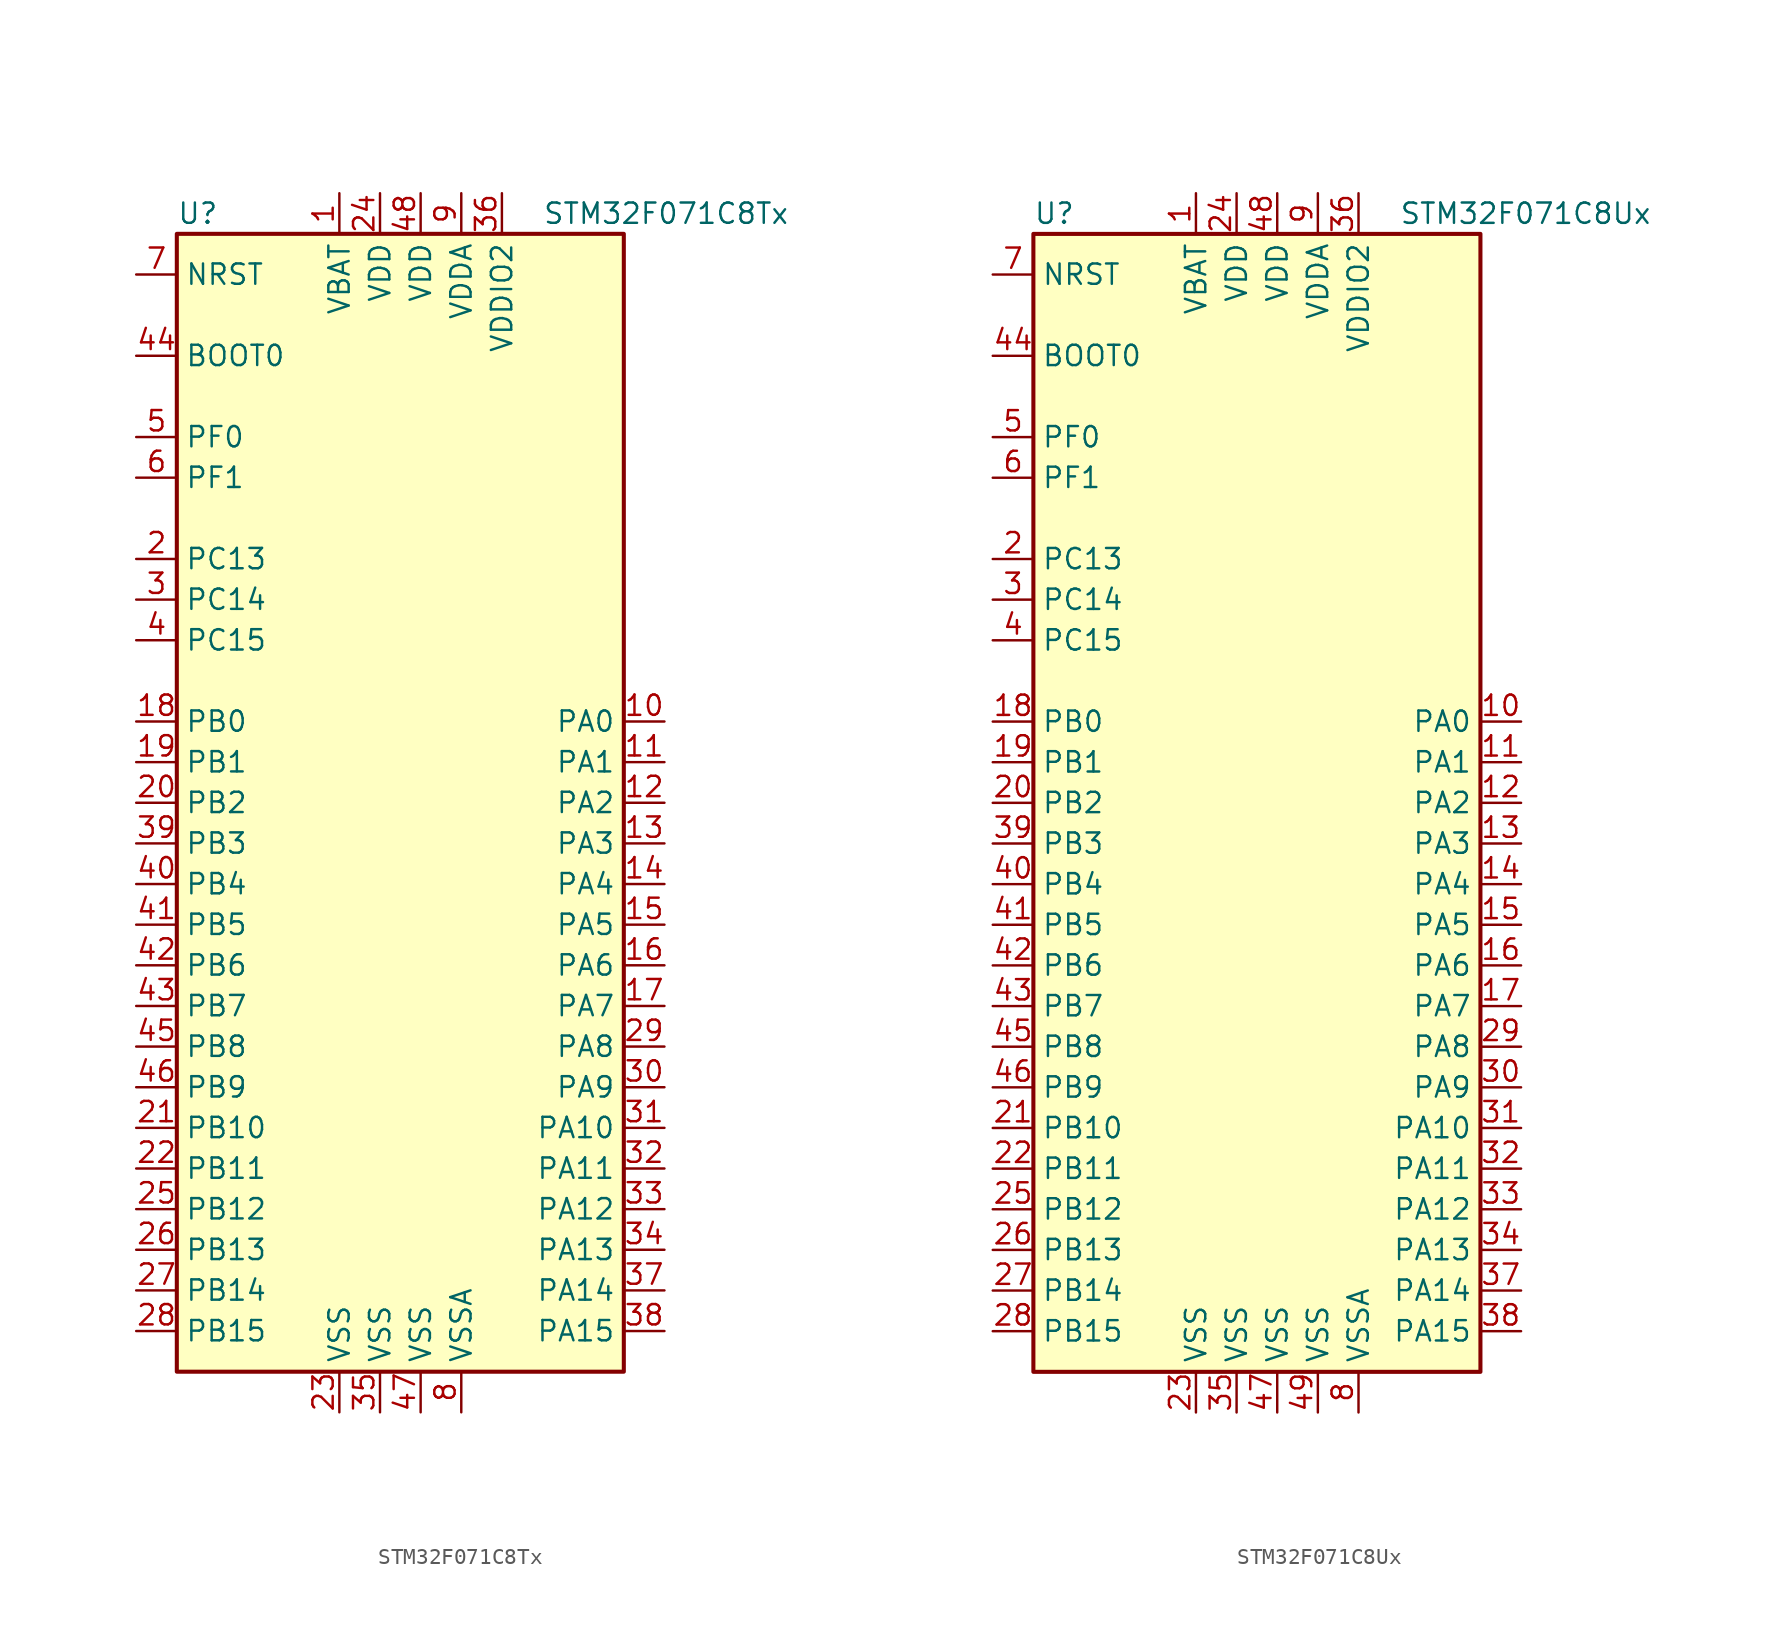
<source format=kicad_sym>
(kicad_symbol_lib
  (version 20201005)
  (generator kicad_symbol_editor)
  (symbol "MCU_ST_STM32F0:STM32F071C8Tx"
    (property "Reference" "U"
      (at -15.24 36.83 0)
      (effects (font (size 1.27 1.27)) (justify left)))
    (property "Value" "STM32F071C8Tx"
      (at 7.62 36.83 0)
      (effects (font (size 1.27 1.27)) (justify left)))
    (symbol "STM32F071C8Tx_0_1"
      (rectangle (start -15.24 -35.56) (end 12.7 35.56) (stroke (width 0.254)) (fill (type background))))
    (symbol "STM32F071C8Tx_1_1"
      (pin power_in line (at -5.08 38.1 270) (length 2.54) (name "VBAT" (effects (font (size 1.27 1.27)))) (number "1" (effects (font (size 1.27 1.27)))))
      (pin bidirectional line (at 15.24 5.08 180) (length 2.54) (name "PA0" (effects (font (size 1.27 1.27)))) (number "10" (effects (font (size 1.27 1.27)))))
      (pin bidirectional line (at 15.24 2.54 180) (length 2.54) (name "PA1" (effects (font (size 1.27 1.27)))) (number "11" (effects (font (size 1.27 1.27)))))
      (pin bidirectional line (at 15.24 0 180) (length 2.54) (name "PA2" (effects (font (size 1.27 1.27)))) (number "12" (effects (font (size 1.27 1.27)))))
      (pin bidirectional line (at 15.24 -2.54 180) (length 2.54) (name "PA3" (effects (font (size 1.27 1.27)))) (number "13" (effects (font (size 1.27 1.27)))))
      (pin bidirectional line (at 15.24 -5.08 180) (length 2.54) (name "PA4" (effects (font (size 1.27 1.27)))) (number "14" (effects (font (size 1.27 1.27)))))
      (pin bidirectional line (at 15.24 -7.62 180) (length 2.54) (name "PA5" (effects (font (size 1.27 1.27)))) (number "15" (effects (font (size 1.27 1.27)))))
      (pin bidirectional line (at 15.24 -10.16 180) (length 2.54) (name "PA6" (effects (font (size 1.27 1.27)))) (number "16" (effects (font (size 1.27 1.27)))))
      (pin bidirectional line (at 15.24 -12.7 180) (length 2.54) (name "PA7" (effects (font (size 1.27 1.27)))) (number "17" (effects (font (size 1.27 1.27)))))
      (pin bidirectional line (at -17.78 5.08 0) (length 2.54) (name "PB0" (effects (font (size 1.27 1.27)))) (number "18" (effects (font (size 1.27 1.27)))))
      (pin bidirectional line (at -17.78 2.54 0) (length 2.54) (name "PB1" (effects (font (size 1.27 1.27)))) (number "19" (effects (font (size 1.27 1.27)))))
      (pin bidirectional line (at -17.78 15.24 0) (length 2.54) (name "PC13" (effects (font (size 1.27 1.27)))) (number "2" (effects (font (size 1.27 1.27)))))
      (pin bidirectional line (at -17.78 0 0) (length 2.54) (name "PB2" (effects (font (size 1.27 1.27)))) (number "20" (effects (font (size 1.27 1.27)))))
      (pin bidirectional line (at -17.78 -20.32 0) (length 2.54) (name "PB10" (effects (font (size 1.27 1.27)))) (number "21" (effects (font (size 1.27 1.27)))))
      (pin bidirectional line (at -17.78 -22.86 0) (length 2.54) (name "PB11" (effects (font (size 1.27 1.27)))) (number "22" (effects (font (size 1.27 1.27)))))
      (pin power_in line (at -5.08 -38.1 90) (length 2.54) (name "VSS" (effects (font (size 1.27 1.27)))) (number "23" (effects (font (size 1.27 1.27)))))
      (pin power_in line (at -2.54 38.1 270) (length 2.54) (name "VDD" (effects (font (size 1.27 1.27)))) (number "24" (effects (font (size 1.27 1.27)))))
      (pin bidirectional line (at -17.78 -25.4 0) (length 2.54) (name "PB12" (effects (font (size 1.27 1.27)))) (number "25" (effects (font (size 1.27 1.27)))))
      (pin bidirectional line (at -17.78 -27.94 0) (length 2.54) (name "PB13" (effects (font (size 1.27 1.27)))) (number "26" (effects (font (size 1.27 1.27)))))
      (pin bidirectional line (at -17.78 -30.48 0) (length 2.54) (name "PB14" (effects (font (size 1.27 1.27)))) (number "27" (effects (font (size 1.27 1.27)))))
      (pin bidirectional line (at -17.78 -33.02 0) (length 2.54) (name "PB15" (effects (font (size 1.27 1.27)))) (number "28" (effects (font (size 1.27 1.27)))))
      (pin bidirectional line (at 15.24 -15.24 180) (length 2.54) (name "PA8" (effects (font (size 1.27 1.27)))) (number "29" (effects (font (size 1.27 1.27)))))
      (pin bidirectional line (at -17.78 12.7 0) (length 2.54) (name "PC14" (effects (font (size 1.27 1.27)))) (number "3" (effects (font (size 1.27 1.27)))))
      (pin bidirectional line (at 15.24 -17.78 180) (length 2.54) (name "PA9" (effects (font (size 1.27 1.27)))) (number "30" (effects (font (size 1.27 1.27)))))
      (pin bidirectional line (at 15.24 -20.32 180) (length 2.54) (name "PA10" (effects (font (size 1.27 1.27)))) (number "31" (effects (font (size 1.27 1.27)))))
      (pin bidirectional line (at 15.24 -22.86 180) (length 2.54) (name "PA11" (effects (font (size 1.27 1.27)))) (number "32" (effects (font (size 1.27 1.27)))))
      (pin bidirectional line (at 15.24 -25.4 180) (length 2.54) (name "PA12" (effects (font (size 1.27 1.27)))) (number "33" (effects (font (size 1.27 1.27)))))
      (pin bidirectional line (at 15.24 -27.94 180) (length 2.54) (name "PA13" (effects (font (size 1.27 1.27)))) (number "34" (effects (font (size 1.27 1.27)))))
      (pin power_in line (at -2.54 -38.1 90) (length 2.54) (name "VSS" (effects (font (size 1.27 1.27)))) (number "35" (effects (font (size 1.27 1.27)))))
      (pin power_in line (at 5.08 38.1 270) (length 2.54) (name "VDDIO2" (effects (font (size 1.27 1.27)))) (number "36" (effects (font (size 1.27 1.27)))))
      (pin bidirectional line (at 15.24 -30.48 180) (length 2.54) (name "PA14" (effects (font (size 1.27 1.27)))) (number "37" (effects (font (size 1.27 1.27)))))
      (pin bidirectional line (at 15.24 -33.02 180) (length 2.54) (name "PA15" (effects (font (size 1.27 1.27)))) (number "38" (effects (font (size 1.27 1.27)))))
      (pin bidirectional line (at -17.78 -2.54 0) (length 2.54) (name "PB3" (effects (font (size 1.27 1.27)))) (number "39" (effects (font (size 1.27 1.27)))))
      (pin bidirectional line (at -17.78 10.16 0) (length 2.54) (name "PC15" (effects (font (size 1.27 1.27)))) (number "4" (effects (font (size 1.27 1.27)))))
      (pin bidirectional line (at -17.78 -5.08 0) (length 2.54) (name "PB4" (effects (font (size 1.27 1.27)))) (number "40" (effects (font (size 1.27 1.27)))))
      (pin bidirectional line (at -17.78 -7.62 0) (length 2.54) (name "PB5" (effects (font (size 1.27 1.27)))) (number "41" (effects (font (size 1.27 1.27)))))
      (pin bidirectional line (at -17.78 -10.16 0) (length 2.54) (name "PB6" (effects (font (size 1.27 1.27)))) (number "42" (effects (font (size 1.27 1.27)))))
      (pin bidirectional line (at -17.78 -12.7 0) (length 2.54) (name "PB7" (effects (font (size 1.27 1.27)))) (number "43" (effects (font (size 1.27 1.27)))))
      (pin input line (at -17.78 27.94 0) (length 2.54) (name "BOOT0" (effects (font (size 1.27 1.27)))) (number "44" (effects (font (size 1.27 1.27)))))
      (pin bidirectional line (at -17.78 -15.24 0) (length 2.54) (name "PB8" (effects (font (size 1.27 1.27)))) (number "45" (effects (font (size 1.27 1.27)))))
      (pin bidirectional line (at -17.78 -17.78 0) (length 2.54) (name "PB9" (effects (font (size 1.27 1.27)))) (number "46" (effects (font (size 1.27 1.27)))))
      (pin power_in line (at 0 -38.1 90) (length 2.54) (name "VSS" (effects (font (size 1.27 1.27)))) (number "47" (effects (font (size 1.27 1.27)))))
      (pin power_in line (at 0 38.1 270) (length 2.54) (name "VDD" (effects (font (size 1.27 1.27)))) (number "48" (effects (font (size 1.27 1.27)))))
      (pin input line (at -17.78 22.86 0) (length 2.54) (name "PF0" (effects (font (size 1.27 1.27)))) (number "5" (effects (font (size 1.27 1.27)))))
      (pin input line (at -17.78 20.32 0) (length 2.54) (name "PF1" (effects (font (size 1.27 1.27)))) (number "6" (effects (font (size 1.27 1.27)))))
      (pin input line (at -17.78 33.02 0) (length 2.54) (name "NRST" (effects (font (size 1.27 1.27)))) (number "7" (effects (font (size 1.27 1.27)))))
      (pin power_in line (at 2.54 -38.1 90) (length 2.54) (name "VSSA" (effects (font (size 1.27 1.27)))) (number "8" (effects (font (size 1.27 1.27)))))
      (pin power_in line (at 2.54 38.1 270) (length 2.54) (name "VDDA" (effects (font (size 1.27 1.27)))) (number "9" (effects (font (size 1.27 1.27)))))))
  (symbol "MCU_ST_STM32F0:STM32F071C8Ux"
    (property "Reference" "U"
      (at -15.24 36.83 0)
      (effects (font (size 1.27 1.27)) (justify left)))
    (property "Value" "STM32F071C8Ux"
      (at 7.62 36.83 0)
      (effects (font (size 1.27 1.27)) (justify left)))
    (symbol "STM32F071C8Ux_0_1"
      (rectangle (start -15.24 -35.56) (end 12.7 35.56) (stroke (width 0.254)) (fill (type background))))
    (symbol "STM32F071C8Ux_1_1"
      (pin power_in line (at -5.08 38.1 270) (length 2.54) (name "VBAT" (effects (font (size 1.27 1.27)))) (number "1" (effects (font (size 1.27 1.27)))))
      (pin bidirectional line (at 15.24 5.08 180) (length 2.54) (name "PA0" (effects (font (size 1.27 1.27)))) (number "10" (effects (font (size 1.27 1.27)))))
      (pin bidirectional line (at 15.24 2.54 180) (length 2.54) (name "PA1" (effects (font (size 1.27 1.27)))) (number "11" (effects (font (size 1.27 1.27)))))
      (pin bidirectional line (at 15.24 0 180) (length 2.54) (name "PA2" (effects (font (size 1.27 1.27)))) (number "12" (effects (font (size 1.27 1.27)))))
      (pin bidirectional line (at 15.24 -2.54 180) (length 2.54) (name "PA3" (effects (font (size 1.27 1.27)))) (number "13" (effects (font (size 1.27 1.27)))))
      (pin bidirectional line (at 15.24 -5.08 180) (length 2.54) (name "PA4" (effects (font (size 1.27 1.27)))) (number "14" (effects (font (size 1.27 1.27)))))
      (pin bidirectional line (at 15.24 -7.62 180) (length 2.54) (name "PA5" (effects (font (size 1.27 1.27)))) (number "15" (effects (font (size 1.27 1.27)))))
      (pin bidirectional line (at 15.24 -10.16 180) (length 2.54) (name "PA6" (effects (font (size 1.27 1.27)))) (number "16" (effects (font (size 1.27 1.27)))))
      (pin bidirectional line (at 15.24 -12.7 180) (length 2.54) (name "PA7" (effects (font (size 1.27 1.27)))) (number "17" (effects (font (size 1.27 1.27)))))
      (pin bidirectional line (at -17.78 5.08 0) (length 2.54) (name "PB0" (effects (font (size 1.27 1.27)))) (number "18" (effects (font (size 1.27 1.27)))))
      (pin bidirectional line (at -17.78 2.54 0) (length 2.54) (name "PB1" (effects (font (size 1.27 1.27)))) (number "19" (effects (font (size 1.27 1.27)))))
      (pin bidirectional line (at -17.78 15.24 0) (length 2.54) (name "PC13" (effects (font (size 1.27 1.27)))) (number "2" (effects (font (size 1.27 1.27)))))
      (pin bidirectional line (at -17.78 0 0) (length 2.54) (name "PB2" (effects (font (size 1.27 1.27)))) (number "20" (effects (font (size 1.27 1.27)))))
      (pin bidirectional line (at -17.78 -20.32 0) (length 2.54) (name "PB10" (effects (font (size 1.27 1.27)))) (number "21" (effects (font (size 1.27 1.27)))))
      (pin bidirectional line (at -17.78 -22.86 0) (length 2.54) (name "PB11" (effects (font (size 1.27 1.27)))) (number "22" (effects (font (size 1.27 1.27)))))
      (pin power_in line (at -5.08 -38.1 90) (length 2.54) (name "VSS" (effects (font (size 1.27 1.27)))) (number "23" (effects (font (size 1.27 1.27)))))
      (pin power_in line (at -2.54 38.1 270) (length 2.54) (name "VDD" (effects (font (size 1.27 1.27)))) (number "24" (effects (font (size 1.27 1.27)))))
      (pin bidirectional line (at -17.78 -25.4 0) (length 2.54) (name "PB12" (effects (font (size 1.27 1.27)))) (number "25" (effects (font (size 1.27 1.27)))))
      (pin bidirectional line (at -17.78 -27.94 0) (length 2.54) (name "PB13" (effects (font (size 1.27 1.27)))) (number "26" (effects (font (size 1.27 1.27)))))
      (pin bidirectional line (at -17.78 -30.48 0) (length 2.54) (name "PB14" (effects (font (size 1.27 1.27)))) (number "27" (effects (font (size 1.27 1.27)))))
      (pin bidirectional line (at -17.78 -33.02 0) (length 2.54) (name "PB15" (effects (font (size 1.27 1.27)))) (number "28" (effects (font (size 1.27 1.27)))))
      (pin bidirectional line (at 15.24 -15.24 180) (length 2.54) (name "PA8" (effects (font (size 1.27 1.27)))) (number "29" (effects (font (size 1.27 1.27)))))
      (pin bidirectional line (at -17.78 12.7 0) (length 2.54) (name "PC14" (effects (font (size 1.27 1.27)))) (number "3" (effects (font (size 1.27 1.27)))))
      (pin bidirectional line (at 15.24 -17.78 180) (length 2.54) (name "PA9" (effects (font (size 1.27 1.27)))) (number "30" (effects (font (size 1.27 1.27)))))
      (pin bidirectional line (at 15.24 -20.32 180) (length 2.54) (name "PA10" (effects (font (size 1.27 1.27)))) (number "31" (effects (font (size 1.27 1.27)))))
      (pin bidirectional line (at 15.24 -22.86 180) (length 2.54) (name "PA11" (effects (font (size 1.27 1.27)))) (number "32" (effects (font (size 1.27 1.27)))))
      (pin bidirectional line (at 15.24 -25.4 180) (length 2.54) (name "PA12" (effects (font (size 1.27 1.27)))) (number "33" (effects (font (size 1.27 1.27)))))
      (pin bidirectional line (at 15.24 -27.94 180) (length 2.54) (name "PA13" (effects (font (size 1.27 1.27)))) (number "34" (effects (font (size 1.27 1.27)))))
      (pin power_in line (at -2.54 -38.1 90) (length 2.54) (name "VSS" (effects (font (size 1.27 1.27)))) (number "35" (effects (font (size 1.27 1.27)))))
      (pin power_in line (at 5.08 38.1 270) (length 2.54) (name "VDDIO2" (effects (font (size 1.27 1.27)))) (number "36" (effects (font (size 1.27 1.27)))))
      (pin bidirectional line (at 15.24 -30.48 180) (length 2.54) (name "PA14" (effects (font (size 1.27 1.27)))) (number "37" (effects (font (size 1.27 1.27)))))
      (pin bidirectional line (at 15.24 -33.02 180) (length 2.54) (name "PA15" (effects (font (size 1.27 1.27)))) (number "38" (effects (font (size 1.27 1.27)))))
      (pin bidirectional line (at -17.78 -2.54 0) (length 2.54) (name "PB3" (effects (font (size 1.27 1.27)))) (number "39" (effects (font (size 1.27 1.27)))))
      (pin bidirectional line (at -17.78 10.16 0) (length 2.54) (name "PC15" (effects (font (size 1.27 1.27)))) (number "4" (effects (font (size 1.27 1.27)))))
      (pin bidirectional line (at -17.78 -5.08 0) (length 2.54) (name "PB4" (effects (font (size 1.27 1.27)))) (number "40" (effects (font (size 1.27 1.27)))))
      (pin bidirectional line (at -17.78 -7.62 0) (length 2.54) (name "PB5" (effects (font (size 1.27 1.27)))) (number "41" (effects (font (size 1.27 1.27)))))
      (pin bidirectional line (at -17.78 -10.16 0) (length 2.54) (name "PB6" (effects (font (size 1.27 1.27)))) (number "42" (effects (font (size 1.27 1.27)))))
      (pin bidirectional line (at -17.78 -12.7 0) (length 2.54) (name "PB7" (effects (font (size 1.27 1.27)))) (number "43" (effects (font (size 1.27 1.27)))))
      (pin input line (at -17.78 27.94 0) (length 2.54) (name "BOOT0" (effects (font (size 1.27 1.27)))) (number "44" (effects (font (size 1.27 1.27)))))
      (pin bidirectional line (at -17.78 -15.24 0) (length 2.54) (name "PB8" (effects (font (size 1.27 1.27)))) (number "45" (effects (font (size 1.27 1.27)))))
      (pin bidirectional line (at -17.78 -17.78 0) (length 2.54) (name "PB9" (effects (font (size 1.27 1.27)))) (number "46" (effects (font (size 1.27 1.27)))))
      (pin power_in line (at 0 -38.1 90) (length 2.54) (name "VSS" (effects (font (size 1.27 1.27)))) (number "47" (effects (font (size 1.27 1.27)))))
      (pin power_in line (at 0 38.1 270) (length 2.54) (name "VDD" (effects (font (size 1.27 1.27)))) (number "48" (effects (font (size 1.27 1.27)))))
      (pin power_in line (at 2.54 -38.1 90) (length 2.54) (name "VSS" (effects (font (size 1.27 1.27)))) (number "49" (effects (font (size 1.27 1.27)))))
      (pin input line (at -17.78 22.86 0) (length 2.54) (name "PF0" (effects (font (size 1.27 1.27)))) (number "5" (effects (font (size 1.27 1.27)))))
      (pin input line (at -17.78 20.32 0) (length 2.54) (name "PF1" (effects (font (size 1.27 1.27)))) (number "6" (effects (font (size 1.27 1.27)))))
      (pin input line (at -17.78 33.02 0) (length 2.54) (name "NRST" (effects (font (size 1.27 1.27)))) (number "7" (effects (font (size 1.27 1.27)))))
      (pin power_in line (at 5.08 -38.1 90) (length 2.54) (name "VSSA" (effects (font (size 1.27 1.27)))) (number "8" (effects (font (size 1.27 1.27)))))
      (pin power_in line (at 2.54 38.1 270) (length 2.54) (name "VDDA" (effects (font (size 1.27 1.27)))) (number "9" (effects (font (size 1.27 1.27))))))))
</source>
